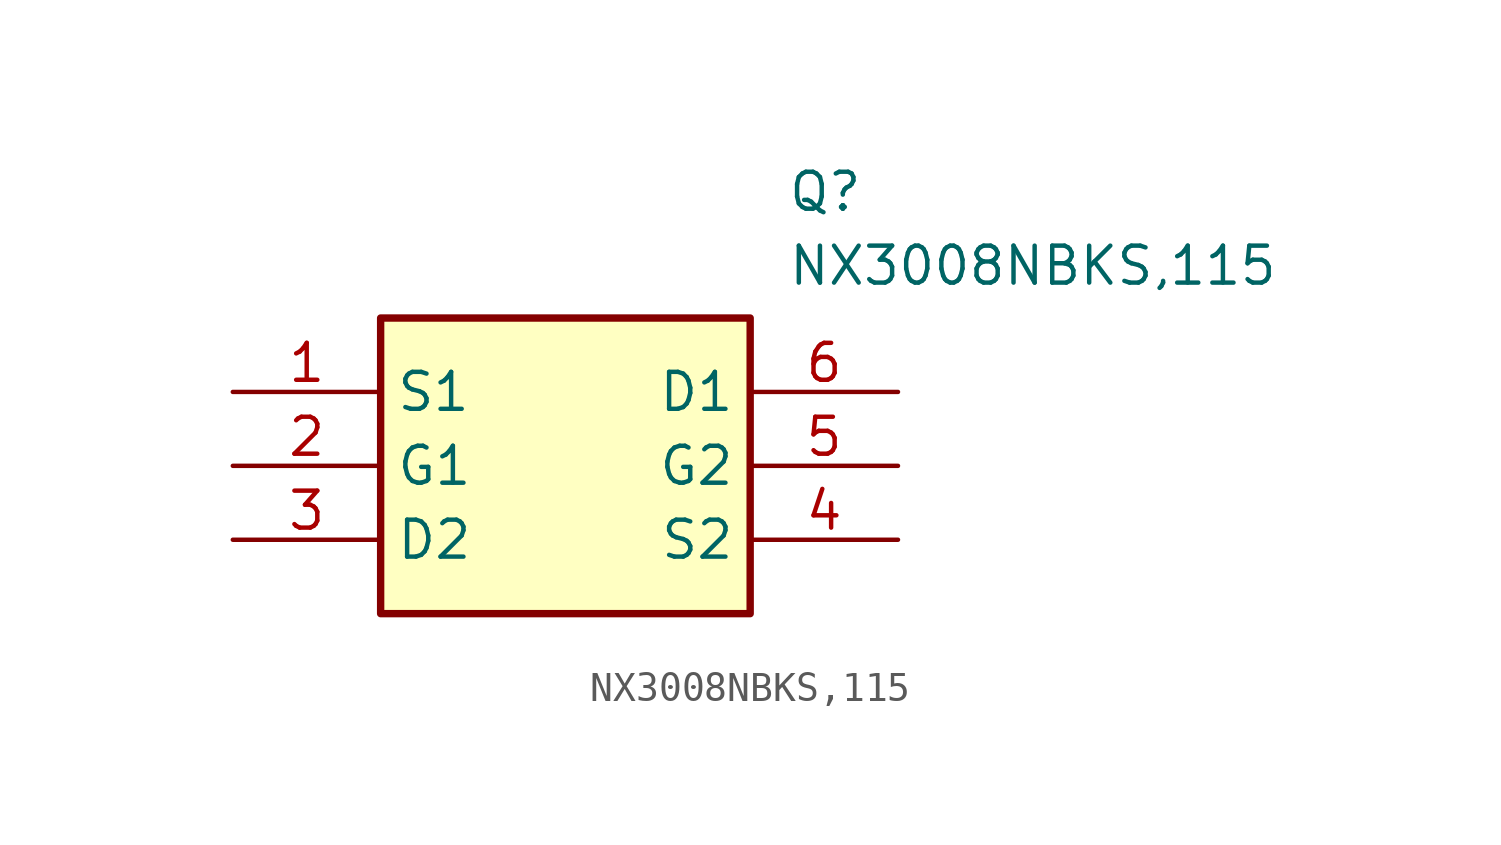
<source format=kicad_sym>
(kicad_symbol_lib
  (version 20211014)
  (generator SamacSys_ECAD_Model)
  (symbol "NX3008NBKS,115"
    (property "Reference" "Q"
      (at 19.05 7.62 0)
      (effects (font (size 1.27 1.27)) (justify left top)))
    (property "Value" "NX3008NBKS,115"
      (at 19.05 5.08 0)
      (effects (font (size 1.27 1.27)) (justify left top)))
    (rectangle
      (start 5.08 2.54)
      (end 17.78 -7.62)
      (stroke (width 0.254) (type default))
      (fill (type background)))
    (pin passive line
      (at 0 0 0)
      (length 5.08)
      (name "S1" (effects (font (size 1.27 1.27))))
      (number "1" (effects (font (size 1.27 1.27)))))
    (pin passive line
      (at 0 -2.54 0)
      (length 5.08)
      (name "G1" (effects (font (size 1.27 1.27))))
      (number "2" (effects (font (size 1.27 1.27)))))
    (pin passive line
      (at 0 -5.08 0)
      (length 5.08)
      (name "D2" (effects (font (size 1.27 1.27))))
      (number "3" (effects (font (size 1.27 1.27)))))
    (pin passive line
      (at 22.86 0 180)
      (length 5.08)
      (name "D1" (effects (font (size 1.27 1.27))))
      (number "6" (effects (font (size 1.27 1.27)))))
    (pin passive line
      (at 22.86 -2.54 180)
      (length 5.08)
      (name "G2" (effects (font (size 1.27 1.27))))
      (number "5" (effects (font (size 1.27 1.27)))))
    (pin passive line
      (at 22.86 -5.08 180)
      (length 5.08)
      (name "S2" (effects (font (size 1.27 1.27))))
      (number "4" (effects (font (size 1.27 1.27)))))))
</source>
